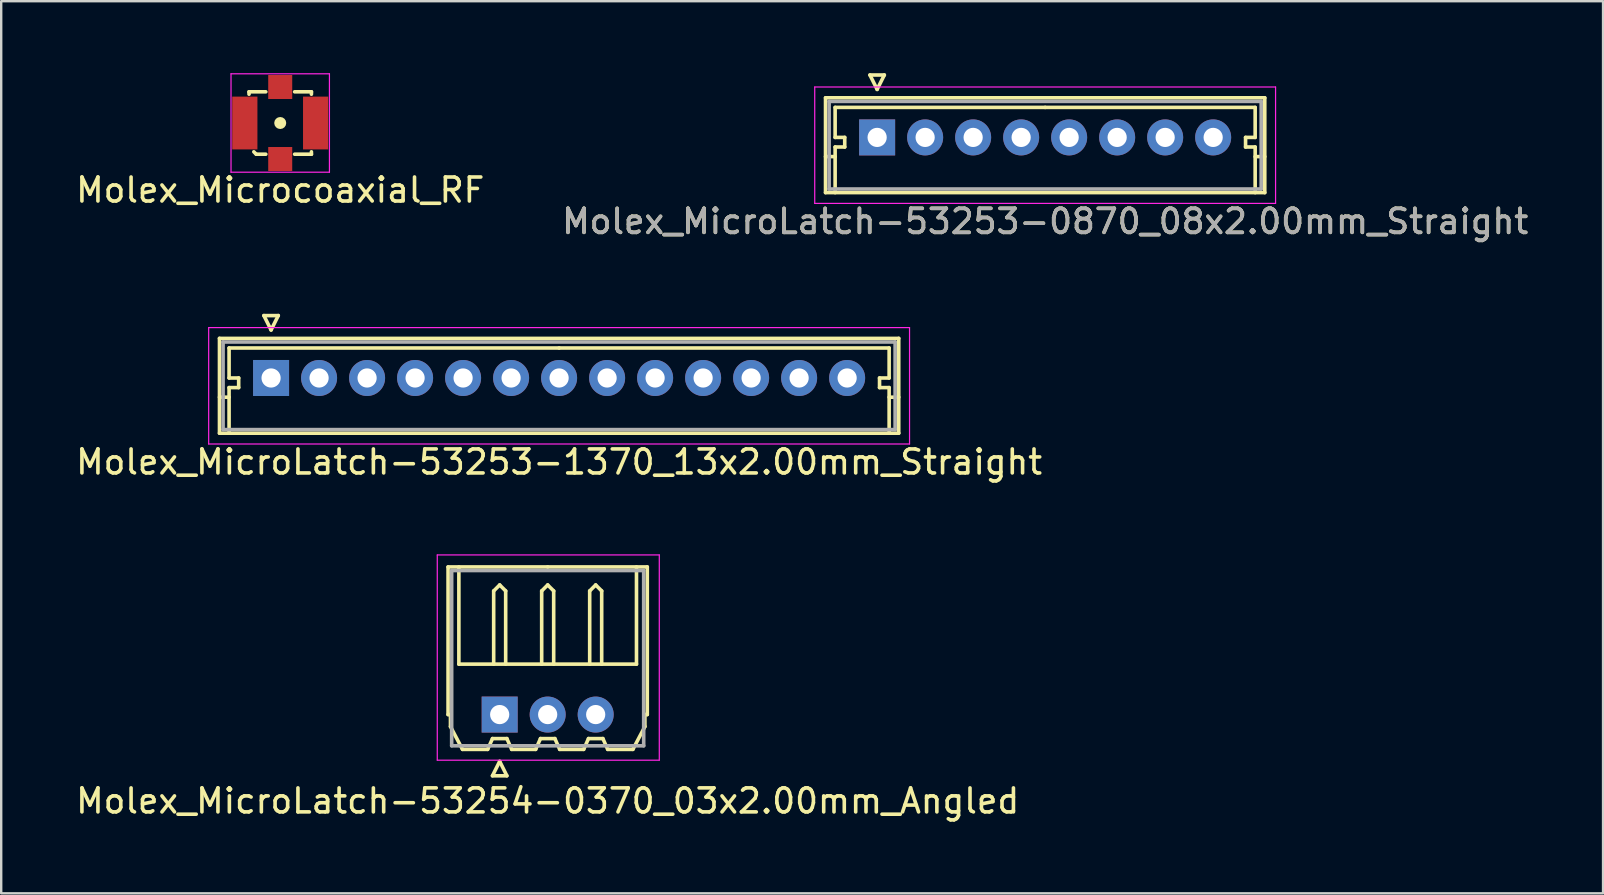
<source format=kicad_pcb>
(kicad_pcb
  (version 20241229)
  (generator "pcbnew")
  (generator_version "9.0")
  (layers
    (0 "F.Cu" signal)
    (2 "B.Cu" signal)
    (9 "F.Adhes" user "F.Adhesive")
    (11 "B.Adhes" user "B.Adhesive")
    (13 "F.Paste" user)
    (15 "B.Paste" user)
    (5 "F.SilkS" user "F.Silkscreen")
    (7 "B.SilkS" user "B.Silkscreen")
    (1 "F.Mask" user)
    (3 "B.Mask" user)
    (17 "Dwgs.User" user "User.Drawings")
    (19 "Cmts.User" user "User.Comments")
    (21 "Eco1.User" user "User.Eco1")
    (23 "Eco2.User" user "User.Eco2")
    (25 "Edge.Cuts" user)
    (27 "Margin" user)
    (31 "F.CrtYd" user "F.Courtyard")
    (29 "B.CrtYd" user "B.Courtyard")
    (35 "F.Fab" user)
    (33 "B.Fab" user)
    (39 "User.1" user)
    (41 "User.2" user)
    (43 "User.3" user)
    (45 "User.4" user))
  (footprint "Molex_Microcoaxial_RF"
    (layer "F.Cu")
    (at 8.625 2.075)
    (property "Reference" "Molex_Microcoaxial_RF" (at 0 2.794 0) (layer "F.SilkS") (effects (font (size 1 1) (thickness 0.15))))
    (attr smd)
    (fp_line (start -1.3 -1.3) (end -1.3 -1.2) (stroke (width 0.15) (type solid)) (layer "F.SilkS"))
    (fp_line (start -1.3 -1.3) (end -0.6 -1.3) (stroke (width 0.15) (type solid)) (layer "F.SilkS"))
    (fp_line (start -1.1 1.2) (end -1 1.3) (stroke (width 0.15) (type solid)) (layer "F.SilkS"))
    (fp_line (start -1 1.3) (end -0.6 1.3) (stroke (width 0.15) (type solid)) (layer "F.SilkS"))
    (fp_line (start 0.6 -1.3) (end 1.3 -1.3) (stroke (width 0.15) (type solid)) (layer "F.SilkS"))
    (fp_line (start 0.6 1.3) (end 1.3 1.3) (stroke (width 0.15) (type solid)) (layer "F.SilkS"))
    (fp_line (start 1.3 -1.3) (end 1.3 -1.2) (stroke (width 0.15) (type solid)) (layer "F.SilkS"))
    (fp_line (start 1.3 1.2) (end 1.3 1.3) (stroke (width 0.15) (type solid)) (layer "F.SilkS"))
    (fp_circle (center 0 0) (end 0 0.125) (stroke (width 0.25) (type solid)) (fill no) (layer "F.SilkS"))
    (fp_line (start -2.05 -2.05) (end -2.05 2.05) (stroke (width 0.05) (type solid)) (layer "F.CrtYd"))
    (fp_line (start -2.05 2.05) (end 2.05 2.05) (stroke (width 0.05) (type solid)) (layer "F.CrtYd"))
    (fp_line (start 2.05 -2.05) (end -2.05 -2.05) (stroke (width 0.05) (type solid)) (layer "F.CrtYd"))
    (fp_line (start 2.05 2.05) (end 2.05 -2.05) (stroke (width 0.05) (type solid)) (layer "F.CrtYd"))
    (pad "1" smd rect (at 0 1.5) (size 1 1) (layers "F.Cu" "F.Mask" "F.Paste"))
    (pad "2" smd rect (at -1.475 0) (size 1.05 2.2) (layers "F.Cu" "F.Mask" "F.Paste"))
    (pad "2" smd rect (at 0 -1.5) (size 1 1) (layers "F.Cu" "F.Mask" "F.Paste"))
    (pad "2" smd rect (at 1.475 0) (size 1.05 2.2) (layers "F.Cu" "F.Mask" "F.Paste")))
  (footprint "Molex_MicroLatch-53253-0870_08x2.00mm_Straight"
    (layer "F.Cu")
    (at 33.494 2.675)
    (property "Reference" "Molex_MicroLatch-53253-0870_08x2.00mm_Straight" (at 7 3.5 0) (layer "F.SilkS") (effects (font (size 1 1) (thickness 0.15))))
    (attr through_hole)
    (fp_line (start -2.15 -1.65) (end -2.15 2.3) (stroke (width 0.15) (type solid)) (layer "F.SilkS"))
    (fp_line (start -2.15 0.8) (end -1.75 0.8) (stroke (width 0.15) (type solid)) (layer "F.SilkS"))
    (fp_line (start -2.15 2.3) (end 16.15 2.3) (stroke (width 0.15) (type solid)) (layer "F.SilkS"))
    (fp_line (start -1.75 -1.25) (end -1.75 0) (stroke (width 0.15) (type solid)) (layer "F.SilkS"))
    (fp_line (start -1.75 0) (end -1.35 0) (stroke (width 0.15) (type solid)) (layer "F.SilkS"))
    (fp_line (start -1.75 0.4) (end -1.75 2.3) (stroke (width 0.15) (type solid)) (layer "F.SilkS"))
    (fp_line (start -1.35 0) (end -1.35 0.4) (stroke (width 0.15) (type solid)) (layer "F.SilkS"))
    (fp_line (start -1.35 0.4) (end -1.75 0.4) (stroke (width 0.15) (type solid)) (layer "F.SilkS"))
    (fp_line (start -0.3 -2.6) (end 0.3 -2.6) (stroke (width 0.15) (type solid)) (layer "F.SilkS"))
    (fp_line (start 0 -2) (end -0.3 -2.6) (stroke (width 0.15) (type solid)) (layer "F.SilkS"))
    (fp_line (start 0.3 -2.6) (end 0 -2) (stroke (width 0.15) (type solid)) (layer "F.SilkS"))
    (fp_line (start 7 -1.25) (end -1.75 -1.25) (stroke (width 0.15) (type solid)) (layer "F.SilkS"))
    (fp_line (start 7 -1.25) (end 15.75 -1.25) (stroke (width 0.15) (type solid)) (layer "F.SilkS"))
    (fp_line (start 15.35 0) (end 15.35 0.4) (stroke (width 0.15) (type solid)) (layer "F.SilkS"))
    (fp_line (start 15.35 0.4) (end 15.75 0.4) (stroke (width 0.15) (type solid)) (layer "F.SilkS"))
    (fp_line (start 15.75 -1.25) (end 15.75 0) (stroke (width 0.15) (type solid)) (layer "F.SilkS"))
    (fp_line (start 15.75 0) (end 15.35 0) (stroke (width 0.15) (type solid)) (layer "F.SilkS"))
    (fp_line (start 15.75 0.4) (end 15.75 2.3) (stroke (width 0.15) (type solid)) (layer "F.SilkS"))
    (fp_line (start 16.15 -1.65) (end -2.15 -1.65) (stroke (width 0.15) (type solid)) (layer "F.SilkS"))
    (fp_line (start 16.15 0.8) (end 15.75 0.8) (stroke (width 0.15) (type solid)) (layer "F.SilkS"))
    (fp_line (start 16.15 2.3) (end 16.15 -1.65) (stroke (width 0.15) (type solid)) (layer "F.SilkS"))
    (fp_line (start -2.6 -2.1) (end -2.6 2.75) (stroke (width 0.05) (type solid)) (layer "F.CrtYd"))
    (fp_line (start -2.6 2.75) (end 16.6 2.75) (stroke (width 0.05) (type solid)) (layer "F.CrtYd"))
    (fp_line (start 16.6 -2.1) (end -2.6 -2.1) (stroke (width 0.05) (type solid)) (layer "F.CrtYd"))
    (fp_line (start 16.6 2.75) (end 16.6 -2.1) (stroke (width 0.05) (type solid)) (layer "F.CrtYd"))
    (fp_line (start -2 -1.5) (end -2 2.15) (stroke (width 0.15) (type solid)) (layer "F.Fab"))
    (fp_line (start -2 2.15) (end 16 2.15) (stroke (width 0.15) (type solid)) (layer "F.Fab"))
    (fp_line (start 16 -1.5) (end -2 -1.5) (stroke (width 0.15) (type solid)) (layer "F.Fab"))
    (fp_line (start 16 2.15) (end 16 -1.5) (stroke (width 0.15) (type solid)) (layer "F.Fab"))
    (fp_text user "${REFERENCE}" (at 7 3.5 0) (layer "F.Fab") (effects (font (size 1 1) (thickness 0.15))))
    (pad "1" thru_hole rect (at 0 0) (size 1.5 1.5) (drill 0.8) (layers "*.Cu" "*.Mask"))
    (pad "2" thru_hole circle (at 2 0) (size 1.5 1.5) (drill 0.8) (layers "*.Cu" "*.Mask"))
    (pad "3" thru_hole circle (at 4 0) (size 1.5 1.5) (drill 0.8) (layers "*.Cu" "*.Mask"))
    (pad "4" thru_hole circle (at 6 0) (size 1.5 1.5) (drill 0.8) (layers "*.Cu" "*.Mask"))
    (pad "5" thru_hole circle (at 8 0) (size 1.5 1.5) (drill 0.8) (layers "*.Cu" "*.Mask"))
    (pad "6" thru_hole circle (at 10 0) (size 1.5 1.5) (drill 0.8) (layers "*.Cu" "*.Mask"))
    (pad "7" thru_hole circle (at 12 0) (size 1.5 1.5) (drill 0.8) (layers "*.Cu" "*.Mask"))
    (pad "8" thru_hole circle (at 14 0) (size 1.5 1.5) (drill 0.8) (layers "*.Cu" "*.Mask")))
  (footprint "Molex_MicroLatch-53254-0370_03x2.00mm_Angled"
    (layer "F.Cu")
    (at 17.768 26.721)
    (property "Reference" "Molex_MicroLatch-53254-0370_03x2.00mm_Angled" (at 2 3.6 0) (layer "F.SilkS") (effects (font (size 1 1) (thickness 0.15))))
    (attr through_hole)
    (fp_line (start -2.15 -6.15) (end 2 -6.15) (stroke (width 0.15) (type solid)) (layer "F.SilkS"))
    (fp_line (start -2.15 0) (end -2.15 -6.15) (stroke (width 0.15) (type solid)) (layer "F.SilkS"))
    (fp_line (start -2.05 0) (end -2.15 0) (stroke (width 0.15) (type solid)) (layer "F.SilkS"))
    (fp_line (start -2.05 0.5) (end -2.05 0) (stroke (width 0.15) (type solid)) (layer "F.SilkS"))
    (fp_line (start -1.7 -6.15) (end -1.7 -2.1) (stroke (width 0.15) (type solid)) (layer "F.SilkS"))
    (fp_line (start -1.7 -2.1) (end 5.7 -2.1) (stroke (width 0.15) (type solid)) (layer "F.SilkS"))
    (fp_line (start -1.55 1.45) (end -2.05 0.5) (stroke (width 0.15) (type solid)) (layer "F.SilkS"))
    (fp_line (start -0.5 1.45) (end -1.55 1.45) (stroke (width 0.15) (type solid)) (layer "F.SilkS"))
    (fp_line (start -0.3 1) (end -0.5 1.45) (stroke (width 0.15) (type solid)) (layer "F.SilkS"))
    (fp_line (start -0.3 1) (end 0.3 1) (stroke (width 0.15) (type solid)) (layer "F.SilkS"))
    (fp_line (start -0.3 2.55) (end 0.3 2.55) (stroke (width 0.15) (type solid)) (layer "F.SilkS"))
    (fp_line (start -0.25 -5.15) (end 0 -5.4) (stroke (width 0.15) (type solid)) (layer "F.SilkS"))
    (fp_line (start -0.25 -2.1) (end -0.25 -5.15) (stroke (width 0.15) (type solid)) (layer "F.SilkS"))
    (fp_line (start 0 -5.4) (end 0.25 -5.15) (stroke (width 0.15) (type solid)) (layer "F.SilkS"))
    (fp_line (start 0 1.95) (end -0.3 2.55) (stroke (width 0.15) (type solid)) (layer "F.SilkS"))
    (fp_line (start 0.25 -5.15) (end 0.25 -2.1) (stroke (width 0.15) (type solid)) (layer "F.SilkS"))
    (fp_line (start 0.3 1) (end 0.5 1.45) (stroke (width 0.15) (type solid)) (layer "F.SilkS"))
    (fp_line (start 0.3 2.55) (end 0 1.95) (stroke (width 0.15) (type solid)) (layer "F.SilkS"))
    (fp_line (start 0.5 1.45) (end 1.5 1.45) (stroke (width 0.15) (type solid)) (layer "F.SilkS"))
    (fp_line (start 1.5 1.45) (end 1.7 1) (stroke (width 0.15) (type solid)) (layer "F.SilkS"))
    (fp_line (start 1.7 1) (end 2.3 1) (stroke (width 0.15) (type solid)) (layer "F.SilkS"))
    (fp_line (start 1.75 -5.15) (end 2 -5.4) (stroke (width 0.15) (type solid)) (layer "F.SilkS"))
    (fp_line (start 1.75 -2.1) (end 1.75 -5.15) (stroke (width 0.15) (type solid)) (layer "F.SilkS"))
    (fp_line (start 2 -5.4) (end 2.25 -5.15) (stroke (width 0.15) (type solid)) (layer "F.SilkS"))
    (fp_line (start 2.25 -5.15) (end 2.25 -2.1) (stroke (width 0.15) (type solid)) (layer "F.SilkS"))
    (fp_line (start 2.3 1) (end 2.5 1.45) (stroke (width 0.15) (type solid)) (layer "F.SilkS"))
    (fp_line (start 2.5 1.45) (end 3.5 1.45) (stroke (width 0.15) (type solid)) (layer "F.SilkS"))
    (fp_line (start 3.5 1.45) (end 3.7 1) (stroke (width 0.15) (type solid)) (layer "F.SilkS"))
    (fp_line (start 3.7 1) (end 4.3 1) (stroke (width 0.15) (type solid)) (layer "F.SilkS"))
    (fp_line (start 3.75 -5.15) (end 4 -5.4) (stroke (width 0.15) (type solid)) (layer "F.SilkS"))
    (fp_line (start 3.75 -2.1) (end 3.75 -5.15) (stroke (width 0.15) (type solid)) (layer "F.SilkS"))
    (fp_line (start 4 -5.4) (end 4.25 -5.15) (stroke (width 0.15) (type solid)) (layer "F.SilkS"))
    (fp_line (start 4.25 -5.15) (end 4.25 -2.1) (stroke (width 0.15) (type solid)) (layer "F.SilkS"))
    (fp_line (start 4.3 1) (end 4.5 1.45) (stroke (width 0.15) (type solid)) (layer "F.SilkS"))
    (fp_line (start 4.5 1.45) (end 5.55 1.45) (stroke (width 0.15) (type solid)) (layer "F.SilkS"))
    (fp_line (start 5.55 1.45) (end 6.05 0.5) (stroke (width 0.15) (type solid)) (layer "F.SilkS"))
    (fp_line (start 5.7 -2.1) (end 5.7 -6.15) (stroke (width 0.15) (type solid)) (layer "F.SilkS"))
    (fp_line (start 6.05 0) (end 6.15 0) (stroke (width 0.15) (type solid)) (layer "F.SilkS"))
    (fp_line (start 6.05 0.5) (end 6.05 0) (stroke (width 0.15) (type solid)) (layer "F.SilkS"))
    (fp_line (start 6.15 -6.15) (end 2 -6.15) (stroke (width 0.15) (type solid)) (layer "F.SilkS"))
    (fp_line (start 6.15 0) (end 6.15 -6.15) (stroke (width 0.15) (type solid)) (layer "F.SilkS"))
    (fp_line (start -2.6 -6.65) (end -2.6 1.9) (stroke (width 0.05) (type solid)) (layer "F.CrtYd"))
    (fp_line (start -2.6 1.9) (end 6.65 1.9) (stroke (width 0.05) (type solid)) (layer "F.CrtYd"))
    (fp_line (start 6.65 -6.65) (end -2.6 -6.65) (stroke (width 0.05) (type solid)) (layer "F.CrtYd"))
    (fp_line (start 6.65 1.9) (end 6.65 -6.65) (stroke (width 0.05) (type solid)) (layer "F.CrtYd"))
    (fp_line (start -2 -6) (end -2 1.3) (stroke (width 0.15) (type solid)) (layer "F.Fab"))
    (fp_line (start -2 1.3) (end 6 1.3) (stroke (width 0.15) (type solid)) (layer "F.Fab"))
    (fp_line (start 6 -6) (end -2 -6) (stroke (width 0.15) (type solid)) (layer "F.Fab"))
    (fp_line (start 6 1.3) (end 6 -6) (stroke (width 0.15) (type solid)) (layer "F.Fab"))
    (pad "1" thru_hole rect (at 0 0) (size 1.5 1.5) (drill 0.8) (layers "*.Cu" "*.Mask"))
    (pad "2" thru_hole circle (at 2 0) (size 1.5 1.5) (drill 0.8) (layers "*.Cu" "*.Mask"))
    (pad "3" thru_hole circle (at 4 0) (size 1.5 1.5) (drill 0.8) (layers "*.Cu" "*.Mask")))
  (footprint "Molex_MicroLatch-53253-1370_13x2.00mm_Straight"
    (layer "F.Cu")
    (at 8.244 12.698)
    (property "Reference" "Molex_MicroLatch-53253-1370_13x2.00mm_Straight" (at 12 3.5 0) (layer "F.SilkS") (effects (font (size 1 1) (thickness 0.15))))
    (attr through_hole)
    (fp_line (start -2.15 -1.65) (end -2.15 2.3) (stroke (width 0.15) (type solid)) (layer "F.SilkS"))
    (fp_line (start -2.15 0.8) (end -1.75 0.8) (stroke (width 0.15) (type solid)) (layer "F.SilkS"))
    (fp_line (start -2.15 2.3) (end 26.15 2.3) (stroke (width 0.15) (type solid)) (layer "F.SilkS"))
    (fp_line (start -1.75 -1.25) (end -1.75 0) (stroke (width 0.15) (type solid)) (layer "F.SilkS"))
    (fp_line (start -1.75 0) (end -1.35 0) (stroke (width 0.15) (type solid)) (layer "F.SilkS"))
    (fp_line (start -1.75 0.4) (end -1.75 2.3) (stroke (width 0.15) (type solid)) (layer "F.SilkS"))
    (fp_line (start -1.35 0) (end -1.35 0.4) (stroke (width 0.15) (type solid)) (layer "F.SilkS"))
    (fp_line (start -1.35 0.4) (end -1.75 0.4) (stroke (width 0.15) (type solid)) (layer "F.SilkS"))
    (fp_line (start -0.3 -2.6) (end 0.3 -2.6) (stroke (width 0.15) (type solid)) (layer "F.SilkS"))
    (fp_line (start 0 -2) (end -0.3 -2.6) (stroke (width 0.15) (type solid)) (layer "F.SilkS"))
    (fp_line (start 0.3 -2.6) (end 0 -2) (stroke (width 0.15) (type solid)) (layer "F.SilkS"))
    (fp_line (start 12 -1.25) (end -1.75 -1.25) (stroke (width 0.15) (type solid)) (layer "F.SilkS"))
    (fp_line (start 12 -1.25) (end 25.75 -1.25) (stroke (width 0.15) (type solid)) (layer "F.SilkS"))
    (fp_line (start 25.35 0) (end 25.35 0.4) (stroke (width 0.15) (type solid)) (layer "F.SilkS"))
    (fp_line (start 25.35 0.4) (end 25.75 0.4) (stroke (width 0.15) (type solid)) (layer "F.SilkS"))
    (fp_line (start 25.75 -1.25) (end 25.75 0) (stroke (width 0.15) (type solid)) (layer "F.SilkS"))
    (fp_line (start 25.75 0) (end 25.35 0) (stroke (width 0.15) (type solid)) (layer "F.SilkS"))
    (fp_line (start 25.75 0.4) (end 25.75 2.3) (stroke (width 0.15) (type solid)) (layer "F.SilkS"))
    (fp_line (start 26.15 -1.65) (end -2.15 -1.65) (stroke (width 0.15) (type solid)) (layer "F.SilkS"))
    (fp_line (start 26.15 0.8) (end 25.75 0.8) (stroke (width 0.15) (type solid)) (layer "F.SilkS"))
    (fp_line (start 26.15 2.3) (end 26.15 -1.65) (stroke (width 0.15) (type solid)) (layer "F.SilkS"))
    (fp_line (start -2.6 -2.1) (end -2.6 2.75) (stroke (width 0.05) (type solid)) (layer "F.CrtYd"))
    (fp_line (start -2.6 2.75) (end 26.6 2.75) (stroke (width 0.05) (type solid)) (layer "F.CrtYd"))
    (fp_line (start 26.6 -2.1) (end -2.6 -2.1) (stroke (width 0.05) (type solid)) (layer "F.CrtYd"))
    (fp_line (start 26.6 2.75) (end 26.6 -2.1) (stroke (width 0.05) (type solid)) (layer "F.CrtYd"))
    (fp_line (start -2 -1.5) (end -2 2.15) (stroke (width 0.15) (type solid)) (layer "F.Fab"))
    (fp_line (start -2 2.15) (end 26 2.15) (stroke (width 0.15) (type solid)) (layer "F.Fab"))
    (fp_line (start 26 -1.5) (end -2 -1.5) (stroke (width 0.15) (type solid)) (layer "F.Fab"))
    (fp_line (start 26 2.15) (end 26 -1.5) (stroke (width 0.15) (type solid)) (layer "F.Fab"))
    (pad "1" thru_hole rect (at 0 0) (size 1.5 1.5) (drill 0.8) (layers "*.Cu" "*.Mask"))
    (pad "2" thru_hole circle (at 2 0) (size 1.5 1.5) (drill 0.8) (layers "*.Cu" "*.Mask"))
    (pad "3" thru_hole circle (at 4 0) (size 1.5 1.5) (drill 0.8) (layers "*.Cu" "*.Mask"))
    (pad "4" thru_hole circle (at 6 0) (size 1.5 1.5) (drill 0.8) (layers "*.Cu" "*.Mask"))
    (pad "5" thru_hole circle (at 8 0) (size 1.5 1.5) (drill 0.8) (layers "*.Cu" "*.Mask"))
    (pad "6" thru_hole circle (at 10 0) (size 1.5 1.5) (drill 0.8) (layers "*.Cu" "*.Mask"))
    (pad "7" thru_hole circle (at 12 0) (size 1.5 1.5) (drill 0.8) (layers "*.Cu" "*.Mask"))
    (pad "8" thru_hole circle (at 14 0) (size 1.5 1.5) (drill 0.8) (layers "*.Cu" "*.Mask"))
    (pad "9" thru_hole circle (at 16 0) (size 1.5 1.5) (drill 0.8) (layers "*.Cu" "*.Mask"))
    (pad "10" thru_hole circle (at 18 0) (size 1.5 1.5) (drill 0.8) (layers "*.Cu" "*.Mask"))
    (pad "11" thru_hole circle (at 20 0) (size 1.5 1.5) (drill 0.8) (layers "*.Cu" "*.Mask"))
    (pad "12" thru_hole circle (at 22 0) (size 1.5 1.5) (drill 0.8) (layers "*.Cu" "*.Mask"))
    (pad "13" thru_hole circle (at 24 0) (size 1.5 1.5) (drill 0.8) (layers "*.Cu" "*.Mask")))
  (gr_rect
    (start -3 -3)
    (end 63.738 34.17)
    (stroke (width 0.1) (type default))
    (fill no)
    (layer "Edge.Cuts")))
</source>
